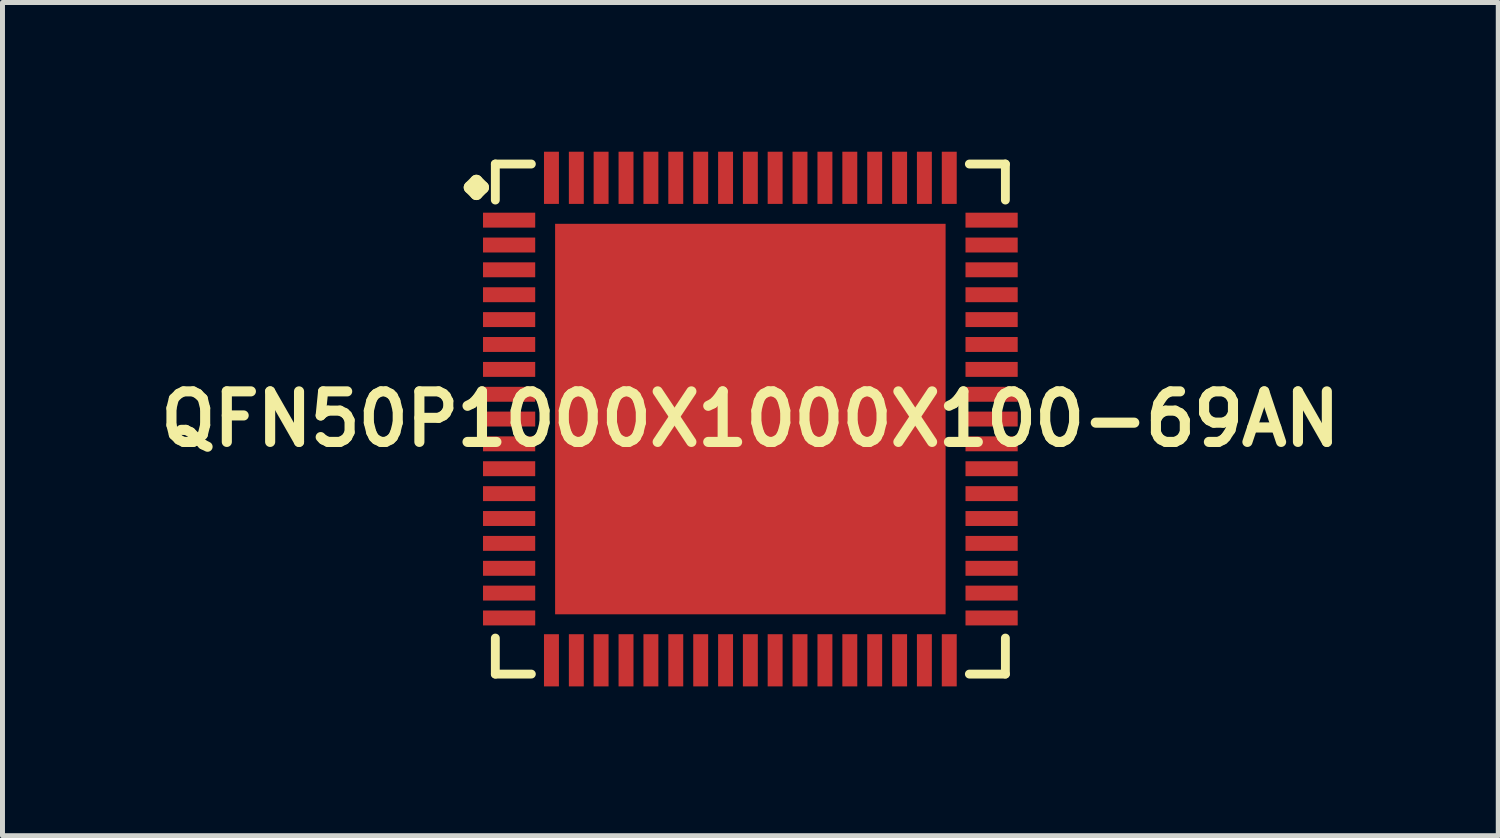
<source format=kicad_pcb>
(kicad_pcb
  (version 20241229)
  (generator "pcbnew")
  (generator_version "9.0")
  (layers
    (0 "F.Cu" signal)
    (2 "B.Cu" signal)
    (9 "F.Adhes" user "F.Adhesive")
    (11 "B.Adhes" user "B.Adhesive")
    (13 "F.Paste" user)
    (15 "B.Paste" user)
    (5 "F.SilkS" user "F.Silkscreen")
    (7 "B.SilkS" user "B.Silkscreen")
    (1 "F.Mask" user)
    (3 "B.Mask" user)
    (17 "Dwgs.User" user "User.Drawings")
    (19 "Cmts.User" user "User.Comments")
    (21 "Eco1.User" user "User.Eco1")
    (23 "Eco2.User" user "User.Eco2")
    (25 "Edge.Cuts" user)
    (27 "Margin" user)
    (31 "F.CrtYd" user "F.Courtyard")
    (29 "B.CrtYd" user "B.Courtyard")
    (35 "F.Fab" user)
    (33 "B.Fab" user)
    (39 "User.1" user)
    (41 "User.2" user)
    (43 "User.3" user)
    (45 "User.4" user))
  (footprint "QFN50P1000X1000X100-69AN"
    (layer "F.Cu")
    (at 12.032 5.373)
    (property "Reference" "QFN50P1000X1000X100-69AN" (at 0 0 0) (layer "F.SilkS") (effects (font (size 1.016 1.016) (thickness 0.203))))
    (attr smd)
    (fp_line (start -5.634 -4.656) (end -5.507 -4.783) (stroke (width 0.254) (type solid)) (layer "F.SilkS"))
    (fp_line (start -5.507 -4.783) (end -5.38 -4.656) (stroke (width 0.254) (type solid)) (layer "F.SilkS"))
    (fp_line (start -5.507 -4.529) (end -5.634 -4.656) (stroke (width 0.254) (type solid)) (layer "F.SilkS"))
    (fp_line (start -5.38 -4.656) (end -5.507 -4.529) (stroke (width 0.254) (type solid)) (layer "F.SilkS"))
    (fp_line (start -5.126 -5.126) (end -4.402 -5.126) (stroke (width 0.178) (type solid)) (layer "F.SilkS"))
    (fp_line (start -5.126 -4.402) (end -5.126 -5.126) (stroke (width 0.178) (type solid)) (layer "F.SilkS"))
    (fp_line (start -5.126 4.402) (end -5.126 5.126) (stroke (width 0.178) (type solid)) (layer "F.SilkS"))
    (fp_line (start -5.126 5.126) (end -4.402 5.126) (stroke (width 0.178) (type solid)) (layer "F.SilkS"))
    (fp_line (start 4.402 -5.126) (end 5.126 -5.126) (stroke (width 0.178) (type solid)) (layer "F.SilkS"))
    (fp_line (start 4.402 5.126) (end 5.126 5.126) (stroke (width 0.178) (type solid)) (layer "F.SilkS"))
    (fp_line (start 5.126 -5.126) (end 5.126 -4.402) (stroke (width 0.178) (type solid)) (layer "F.SilkS"))
    (fp_line (start 5.126 5.126) (end 5.126 4.402) (stroke (width 0.178) (type solid)) (layer "F.SilkS"))
    (pad "1" smd rect (at -4.849 -3.998) (size 1.049 0.3) (layers "F.Cu" "F.Mask" "F.Paste"))
    (pad "2" smd rect (at -4.849 -3.498) (size 1.049 0.3) (layers "F.Cu" "F.Mask" "F.Paste"))
    (pad "3" smd rect (at -4.849 -3) (size 1.049 0.3) (layers "F.Cu" "F.Mask" "F.Paste"))
    (pad "4" smd rect (at -4.849 -2.499) (size 1.049 0.3) (layers "F.Cu" "F.Mask" "F.Paste"))
    (pad "5" smd rect (at -4.849 -1.999) (size 1.049 0.3) (layers "F.Cu" "F.Mask" "F.Paste"))
    (pad "6" smd rect (at -4.849 -1.499) (size 1.049 0.3) (layers "F.Cu" "F.Mask" "F.Paste"))
    (pad "7" smd rect (at -4.849 -0.998) (size 1.049 0.3) (layers "F.Cu" "F.Mask" "F.Paste"))
    (pad "8" smd rect (at -4.849 -0.498) (size 1.049 0.3) (layers "F.Cu" "F.Mask" "F.Paste"))
    (pad "9" smd rect (at -4.849 0) (size 1.049 0.3) (layers "F.Cu" "F.Mask" "F.Paste"))
    (pad "10" smd rect (at -4.849 0.498) (size 1.049 0.3) (layers "F.Cu" "F.Mask" "F.Paste"))
    (pad "11" smd rect (at -4.849 0.998) (size 1.049 0.3) (layers "F.Cu" "F.Mask" "F.Paste"))
    (pad "12" smd rect (at -4.849 1.499) (size 1.049 0.3) (layers "F.Cu" "F.Mask" "F.Paste"))
    (pad "13" smd rect (at -4.849 1.999) (size 1.049 0.3) (layers "F.Cu" "F.Mask" "F.Paste"))
    (pad "14" smd rect (at -4.849 2.499) (size 1.049 0.3) (layers "F.Cu" "F.Mask" "F.Paste"))
    (pad "15" smd rect (at -4.849 3) (size 1.049 0.3) (layers "F.Cu" "F.Mask" "F.Paste"))
    (pad "16" smd rect (at -4.849 3.498) (size 1.049 0.3) (layers "F.Cu" "F.Mask" "F.Paste"))
    (pad "17" smd rect (at -4.849 3.998) (size 1.049 0.3) (layers "F.Cu" "F.Mask" "F.Paste"))
    (pad "18" smd rect (at -3.998 4.849) (size 0.3 1.049) (layers "F.Cu" "F.Mask" "F.Paste"))
    (pad "19" smd rect (at -3.498 4.849) (size 0.3 1.049) (layers "F.Cu" "F.Mask" "F.Paste"))
    (pad "20" smd rect (at -3 4.849) (size 0.3 1.049) (layers "F.Cu" "F.Mask" "F.Paste"))
    (pad "21" smd rect (at -2.499 4.849) (size 0.3 1.049) (layers "F.Cu" "F.Mask" "F.Paste"))
    (pad "22" smd rect (at -1.999 4.849) (size 0.3 1.049) (layers "F.Cu" "F.Mask" "F.Paste"))
    (pad "23" smd rect (at -1.499 4.849) (size 0.3 1.049) (layers "F.Cu" "F.Mask" "F.Paste"))
    (pad "24" smd rect (at -0.998 4.849) (size 0.3 1.049) (layers "F.Cu" "F.Mask" "F.Paste"))
    (pad "25" smd rect (at -0.498 4.849) (size 0.3 1.049) (layers "F.Cu" "F.Mask" "F.Paste"))
    (pad "26" smd rect (at 0 4.849) (size 0.3 1.049) (layers "F.Cu" "F.Mask" "F.Paste"))
    (pad "27" smd rect (at 0.498 4.849) (size 0.3 1.049) (layers "F.Cu" "F.Mask" "F.Paste"))
    (pad "28" smd rect (at 0.998 4.849) (size 0.3 1.049) (layers "F.Cu" "F.Mask" "F.Paste"))
    (pad "29" smd rect (at 1.499 4.849) (size 0.3 1.049) (layers "F.Cu" "F.Mask" "F.Paste"))
    (pad "30" smd rect (at 1.999 4.849) (size 0.3 1.049) (layers "F.Cu" "F.Mask" "F.Paste"))
    (pad "31" smd rect (at 2.499 4.849) (size 0.3 1.049) (layers "F.Cu" "F.Mask" "F.Paste"))
    (pad "32" smd rect (at 3 4.849) (size 0.3 1.049) (layers "F.Cu" "F.Mask" "F.Paste"))
    (pad "33" smd rect (at 3.498 4.849) (size 0.3 1.049) (layers "F.Cu" "F.Mask" "F.Paste"))
    (pad "34" smd rect (at 3.998 4.849) (size 0.3 1.049) (layers "F.Cu" "F.Mask" "F.Paste"))
    (pad "35" smd rect (at 4.849 3.998) (size 1.049 0.3) (layers "F.Cu" "F.Mask" "F.Paste"))
    (pad "36" smd rect (at 4.849 3.498) (size 1.049 0.3) (layers "F.Cu" "F.Mask" "F.Paste"))
    (pad "37" smd rect (at 4.849 3) (size 1.049 0.3) (layers "F.Cu" "F.Mask" "F.Paste"))
    (pad "38" smd rect (at 4.849 2.499) (size 1.049 0.3) (layers "F.Cu" "F.Mask" "F.Paste"))
    (pad "39" smd rect (at 4.849 1.999) (size 1.049 0.3) (layers "F.Cu" "F.Mask" "F.Paste"))
    (pad "40" smd rect (at 4.849 1.499) (size 1.049 0.3) (layers "F.Cu" "F.Mask" "F.Paste"))
    (pad "41" smd rect (at 4.849 0.998) (size 1.049 0.3) (layers "F.Cu" "F.Mask" "F.Paste"))
    (pad "42" smd rect (at 4.849 0.498) (size 1.049 0.3) (layers "F.Cu" "F.Mask" "F.Paste"))
    (pad "43" smd rect (at 4.849 0) (size 1.049 0.3) (layers "F.Cu" "F.Mask" "F.Paste"))
    (pad "44" smd rect (at 4.849 -0.498) (size 1.049 0.3) (layers "F.Cu" "F.Mask" "F.Paste"))
    (pad "45" smd rect (at 4.849 -0.998) (size 1.049 0.3) (layers "F.Cu" "F.Mask" "F.Paste"))
    (pad "46" smd rect (at 4.849 -1.499) (size 1.049 0.3) (layers "F.Cu" "F.Mask" "F.Paste"))
    (pad "47" smd rect (at 4.849 -1.999) (size 1.049 0.3) (layers "F.Cu" "F.Mask" "F.Paste"))
    (pad "48" smd rect (at 4.849 -2.499) (size 1.049 0.3) (layers "F.Cu" "F.Mask" "F.Paste"))
    (pad "49" smd rect (at 4.849 -3) (size 1.049 0.3) (layers "F.Cu" "F.Mask" "F.Paste"))
    (pad "50" smd rect (at 4.849 -3.498) (size 1.049 0.3) (layers "F.Cu" "F.Mask" "F.Paste"))
    (pad "51" smd rect (at 4.849 -3.998) (size 1.049 0.3) (layers "F.Cu" "F.Mask" "F.Paste"))
    (pad "52" smd rect (at 3.998 -4.849) (size 0.3 1.049) (layers "F.Cu" "F.Mask" "F.Paste"))
    (pad "53" smd rect (at 3.498 -4.849) (size 0.3 1.049) (layers "F.Cu" "F.Mask" "F.Paste"))
    (pad "54" smd rect (at 3 -4.849) (size 0.3 1.049) (layers "F.Cu" "F.Mask" "F.Paste"))
    (pad "55" smd rect (at 2.499 -4.849) (size 0.3 1.049) (layers "F.Cu" "F.Mask" "F.Paste"))
    (pad "56" smd rect (at 1.999 -4.849) (size 0.3 1.049) (layers "F.Cu" "F.Mask" "F.Paste"))
    (pad "57" smd rect (at 1.499 -4.849) (size 0.3 1.049) (layers "F.Cu" "F.Mask" "F.Paste"))
    (pad "58" smd rect (at 0.998 -4.849) (size 0.3 1.049) (layers "F.Cu" "F.Mask" "F.Paste"))
    (pad "59" smd rect (at 0.498 -4.849) (size 0.3 1.049) (layers "F.Cu" "F.Mask" "F.Paste"))
    (pad "60" smd rect (at 0 -4.849) (size 0.3 1.049) (layers "F.Cu" "F.Mask" "F.Paste"))
    (pad "61" smd rect (at -0.498 -4.849) (size 0.3 1.049) (layers "F.Cu" "F.Mask" "F.Paste"))
    (pad "62" smd rect (at -0.998 -4.849) (size 0.3 1.049) (layers "F.Cu" "F.Mask" "F.Paste"))
    (pad "63" smd rect (at -1.499 -4.849) (size 0.3 1.049) (layers "F.Cu" "F.Mask" "F.Paste"))
    (pad "64" smd rect (at -1.999 -4.849) (size 0.3 1.049) (layers "F.Cu" "F.Mask" "F.Paste"))
    (pad "65" smd rect (at -2.499 -4.849) (size 0.3 1.049) (layers "F.Cu" "F.Mask" "F.Paste"))
    (pad "66" smd rect (at -3 -4.849) (size 0.3 1.049) (layers "F.Cu" "F.Mask" "F.Paste"))
    (pad "67" smd rect (at -3.498 -4.849) (size 0.3 1.049) (layers "F.Cu" "F.Mask" "F.Paste"))
    (pad "68" smd rect (at -3.998 -4.849) (size 0.3 1.049) (layers "F.Cu" "F.Mask" "F.Paste"))
    (pad "69" smd rect (at 0 0) (size 7.849 7.849) (layers "F.Cu" "F.Mask" "F.Paste")))
  (gr_rect
    (start -3 -3)
    (end 27.065 13.747)
    (stroke (width 0.1) (type default))
    (fill no)
    (layer "Edge.Cuts")))
</source>
